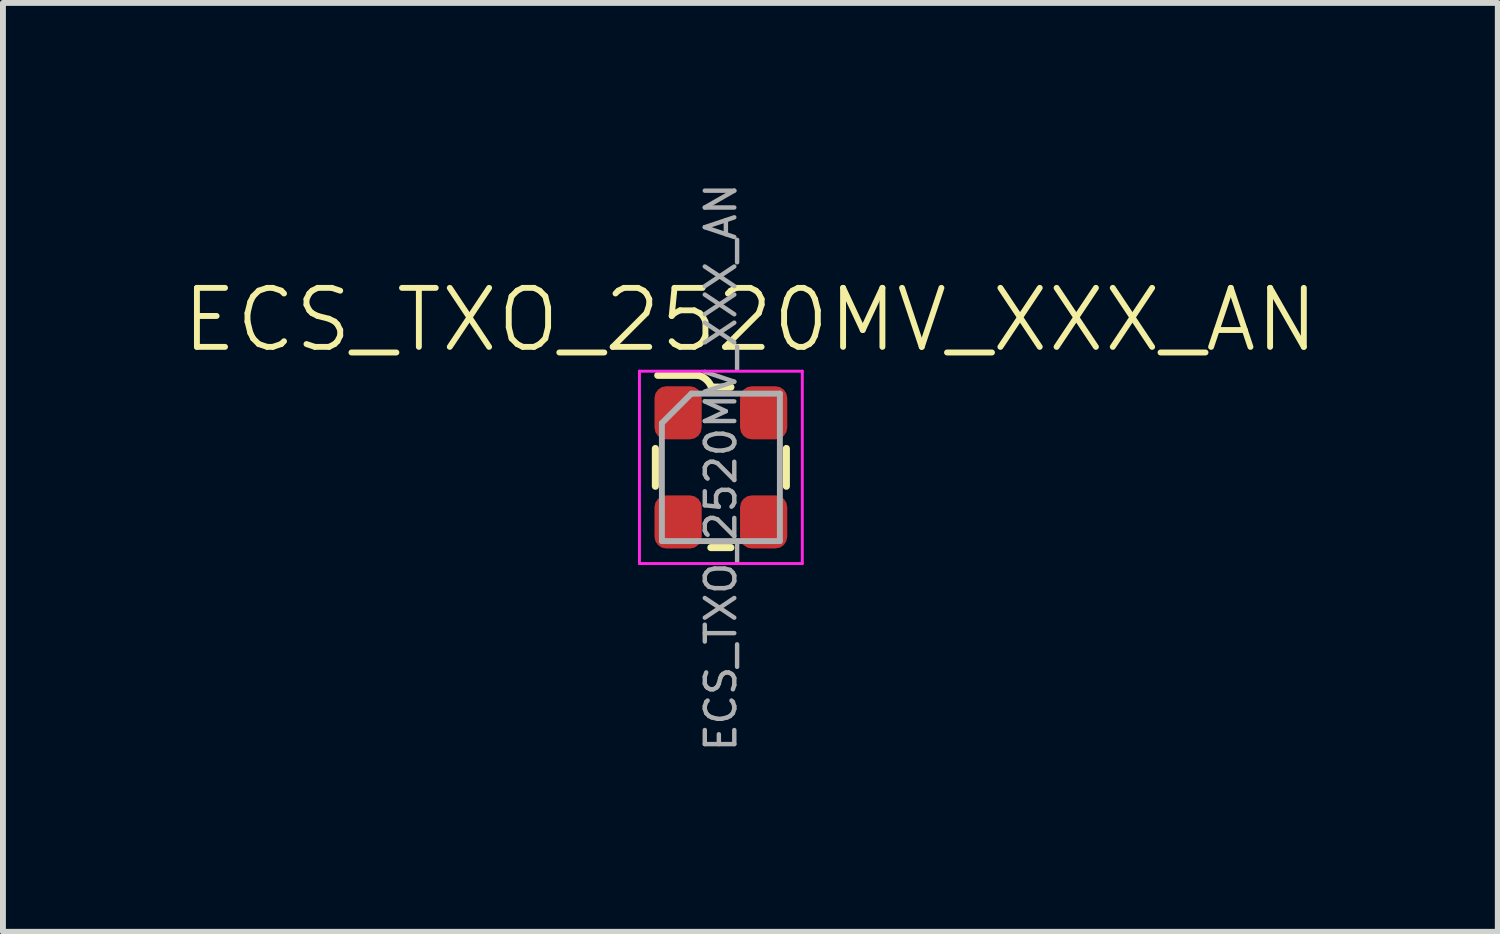
<source format=kicad_pcb>
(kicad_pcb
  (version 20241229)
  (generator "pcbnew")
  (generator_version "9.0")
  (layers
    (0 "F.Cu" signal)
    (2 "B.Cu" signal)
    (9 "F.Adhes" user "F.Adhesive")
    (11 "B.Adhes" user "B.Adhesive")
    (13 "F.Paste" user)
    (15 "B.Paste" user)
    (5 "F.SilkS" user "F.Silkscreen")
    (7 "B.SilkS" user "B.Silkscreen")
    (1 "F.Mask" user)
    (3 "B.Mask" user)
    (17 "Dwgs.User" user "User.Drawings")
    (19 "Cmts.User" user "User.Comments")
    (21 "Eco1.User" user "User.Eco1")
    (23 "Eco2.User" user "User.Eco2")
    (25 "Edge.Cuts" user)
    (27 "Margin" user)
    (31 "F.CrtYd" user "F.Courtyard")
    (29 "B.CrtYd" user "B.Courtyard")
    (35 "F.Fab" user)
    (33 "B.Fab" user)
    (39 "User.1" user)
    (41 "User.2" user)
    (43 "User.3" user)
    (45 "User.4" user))
  (footprint "ECS_TXO_2520MV_XXX_AN"
    (layer "F.Cu")
    (at 9.169 4.872)
    (property "Reference" "ECS_TXO_2520MV_XXX_AN" (at 0.5 -2.5 0) (unlocked yes) (layer "F.SilkS") (effects (font (size 1 1) (thickness 0.1))))
    (attr smd)
    (fp_line (start -1.11 0.32) (end -1.11 -0.32) (stroke (width 0.12) (type solid)) (layer "F.SilkS"))
    (fp_line (start -0.38 -1.56) (end -1.07 -1.56) (stroke (width 0.12) (type solid)) (layer "F.SilkS"))
    (fp_line (start -0.17 1.36) (end 0.17 1.36) (stroke (width 0.12) (type solid)) (layer "F.SilkS"))
    (fp_line (start -0.16 -1.36) (end 0.17 -1.36) (stroke (width 0.12) (type solid)) (layer "F.SilkS"))
    (fp_line (start 1.11 0.32) (end 1.11 -0.32) (stroke (width 0.12) (type solid)) (layer "F.SilkS"))
    (fp_arc (start -0.38 -1.56) (mid -0.246393 -1.485967) (end -0.16 -1.36) (stroke (width 0.12) (type solid)) (layer "F.SilkS"))
    (fp_line (start -1.38 -1.63) (end -1.38 1.63) (stroke (width 0.05) (type solid)) (layer "F.CrtYd"))
    (fp_line (start -1.38 -1.63) (end 1.38 -1.63) (stroke (width 0.05) (type solid)) (layer "F.CrtYd"))
    (fp_line (start -1.38 1.63) (end 1.38 1.63) (stroke (width 0.05) (type solid)) (layer "F.CrtYd"))
    (fp_line (start 1.38 -1.63) (end 1.38 1.63) (stroke (width 0.05) (type solid)) (layer "F.CrtYd"))
    (fp_line (start -1 -0.75) (end -1 1.25) (stroke (width 0.1) (type solid)) (layer "F.Fab"))
    (fp_line (start -1 -0.75) (end -0.5 -1.25) (stroke (width 0.1) (type solid)) (layer "F.Fab"))
    (fp_line (start -1 1.25) (end 1 1.25) (stroke (width 0.1) (type solid)) (layer "F.Fab"))
    (fp_line (start -0.5 -1.25) (end 1 -1.25) (stroke (width 0.1) (type solid)) (layer "F.Fab"))
    (fp_line (start 1 -1.25) (end 1 1.25) (stroke (width 0.1) (type solid)) (layer "F.Fab"))
    (fp_text user "${REFERENCE}" (at 0 0 90) (layer "F.Fab") (effects (font (size 0.5 0.5) (thickness 0.075))))
    (pad "1" smd roundrect (at -0.725 -0.925) (size 0.8 0.9) (layers "F.Cu" "F.Mask" "F.Paste") (roundrect_rratio 0.25))
    (pad "2" smd roundrect (at -0.725 0.925) (size 0.8 0.9) (layers "F.Cu" "F.Mask" "F.Paste") (roundrect_rratio 0.25))
    (pad "3" smd roundrect (at 0.725 0.925) (size 0.8 0.9) (layers "F.Cu" "F.Mask" "F.Paste") (roundrect_rratio 0.25))
    (pad "4" smd roundrect (at 0.725 -0.925) (size 0.8 0.9) (layers "F.Cu" "F.Mask" "F.Paste") (roundrect_rratio 0.25)))
  (gr_rect
    (start -3 -3)
    (end 22.338 12.744)
    (stroke (width 0.1) (type default))
    (fill no)
    (layer "Edge.Cuts")))
</source>
